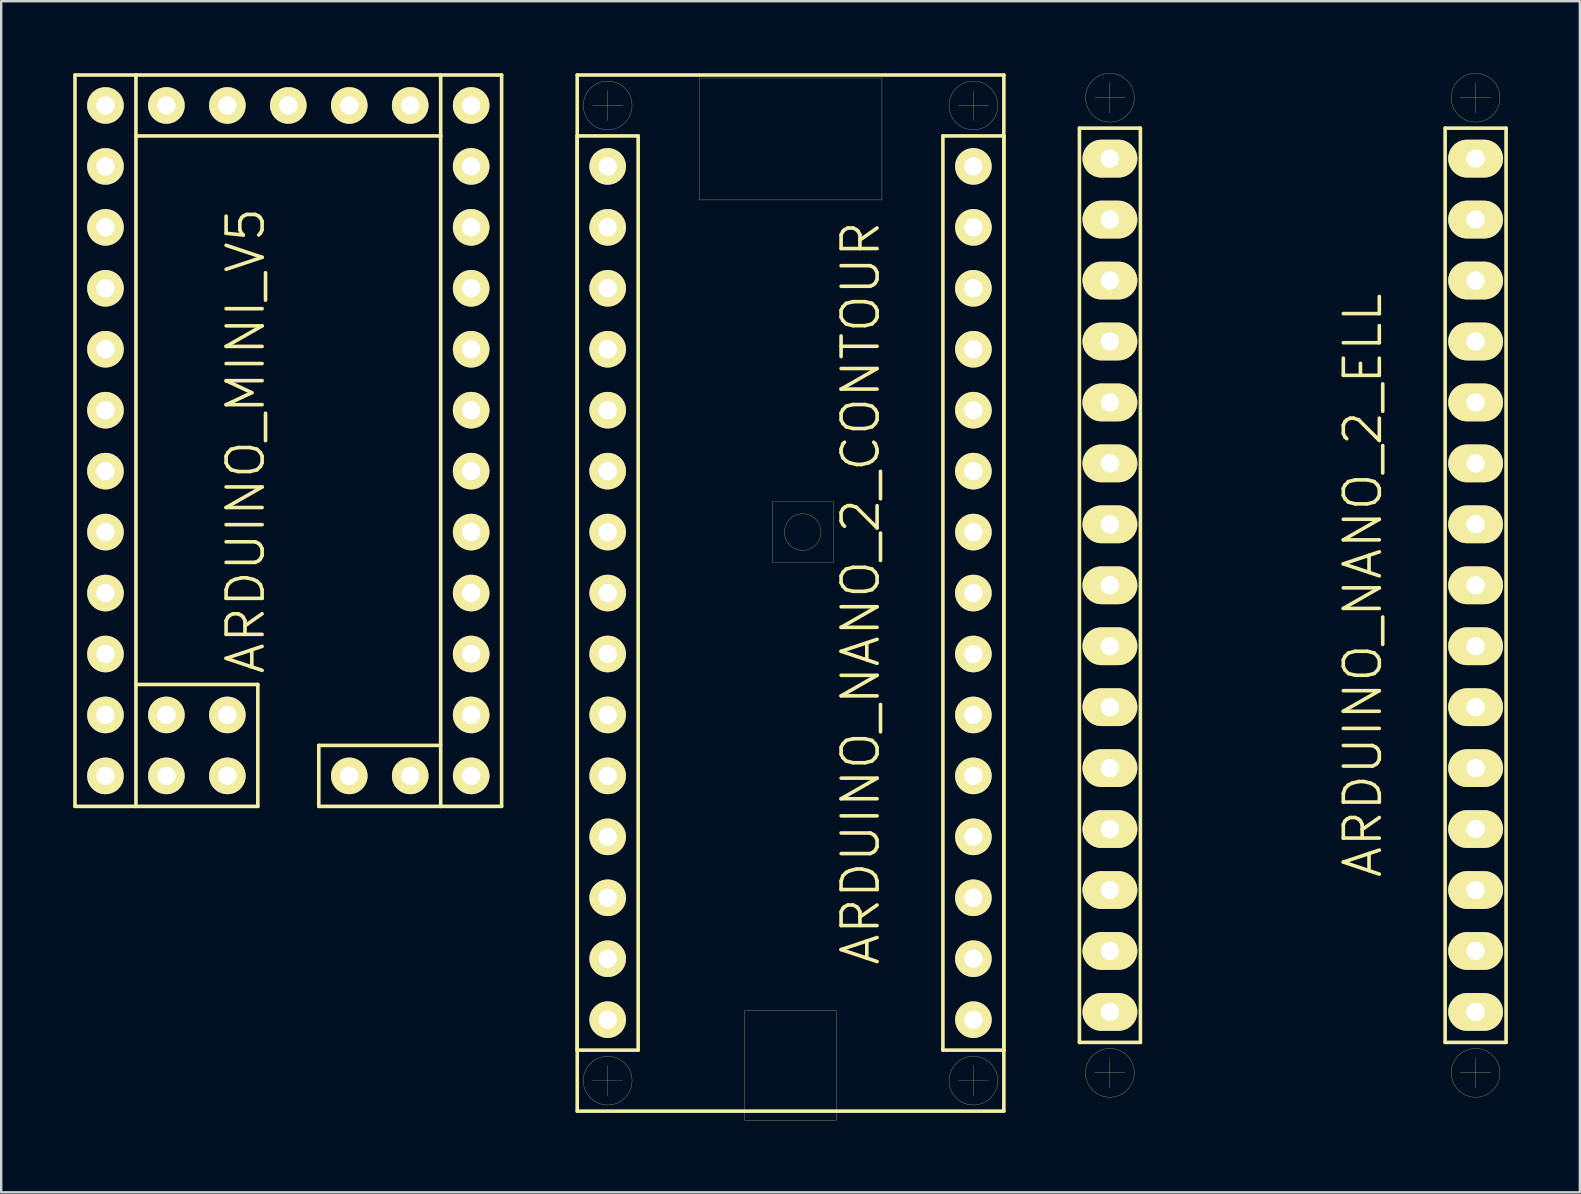
<source format=kicad_pcb>
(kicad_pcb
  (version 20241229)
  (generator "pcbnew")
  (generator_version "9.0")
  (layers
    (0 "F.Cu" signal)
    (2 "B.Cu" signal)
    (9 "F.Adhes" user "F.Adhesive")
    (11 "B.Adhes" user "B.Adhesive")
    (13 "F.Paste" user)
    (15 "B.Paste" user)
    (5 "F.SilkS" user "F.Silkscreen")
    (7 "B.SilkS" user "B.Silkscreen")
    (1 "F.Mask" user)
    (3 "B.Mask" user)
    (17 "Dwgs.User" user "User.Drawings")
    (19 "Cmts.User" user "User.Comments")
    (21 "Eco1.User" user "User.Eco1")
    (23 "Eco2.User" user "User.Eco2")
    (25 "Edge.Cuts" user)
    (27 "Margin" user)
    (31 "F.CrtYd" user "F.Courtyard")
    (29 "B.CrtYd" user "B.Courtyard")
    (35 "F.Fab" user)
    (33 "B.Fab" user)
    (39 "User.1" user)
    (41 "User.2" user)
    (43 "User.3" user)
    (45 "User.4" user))
  (footprint "ARDUINO_NANO_2_CONTOUR"
    (layer "F.Cu")
    (at 29.895 21.665)
    (property "Reference" "ARDUINO_NANO_2_CONTOUR" (at 2.921 0 90) (layer "F.SilkS") (effects (font (size 1.5 1.5) (thickness 0.15))))
    (attr through_hole)
    (fp_line (start -8.89 -21.59) (end -8.89 21.59) (stroke (width 0.15) (type solid)) (layer "F.SilkS"))
    (fp_line (start -8.89 -19.05) (end -8.89 19.05) (stroke (width 0.15) (type solid)) (layer "F.SilkS"))
    (fp_line (start -8.89 19.05) (end -6.35 19.05) (stroke (width 0.15) (type solid)) (layer "F.SilkS"))
    (fp_line (start -8.89 21.59) (end 8.89 21.59) (stroke (width 0.15) (type solid)) (layer "F.SilkS"))
    (fp_line (start -8.255 -20.32) (end -6.985 -20.32) (stroke (width 0.01) (type solid)) (layer "F.SilkS"))
    (fp_line (start -8.255 20.32) (end -6.985 20.32) (stroke (width 0.01) (type solid)) (layer "F.SilkS"))
    (fp_line (start -7.62 -20.955) (end -7.62 -19.685) (stroke (width 0.01) (type solid)) (layer "F.SilkS"))
    (fp_line (start -7.62 19.685) (end -7.62 20.955) (stroke (width 0.01) (type solid)) (layer "F.SilkS"))
    (fp_line (start -6.35 -19.05) (end -8.89 -19.05) (stroke (width 0.15) (type solid)) (layer "F.SilkS"))
    (fp_line (start -6.35 19.05) (end -6.35 -19.05) (stroke (width 0.15) (type solid)) (layer "F.SilkS"))
    (fp_line (start -3.81 -21.463) (end 3.81 -21.463) (stroke (width 0.01) (type solid)) (layer "F.SilkS"))
    (fp_line (start -3.81 -16.383) (end -3.81 -21.463) (stroke (width 0.01) (type solid)) (layer "F.SilkS"))
    (fp_line (start -1.905 17.399) (end 1.905 17.399) (stroke (width 0.01) (type solid)) (layer "F.SilkS"))
    (fp_line (start -1.905 21.971) (end -1.905 17.399) (stroke (width 0.01) (type solid)) (layer "F.SilkS"))
    (fp_line (start -0.762 -3.81) (end -0.762 -1.27) (stroke (width 0.01) (type solid)) (layer "F.SilkS"))
    (fp_line (start -0.762 -1.27) (end 1.778 -1.27) (stroke (width 0.01) (type solid)) (layer "F.SilkS"))
    (fp_line (start 1.778 -3.81) (end -0.762 -3.81) (stroke (width 0.01) (type solid)) (layer "F.SilkS"))
    (fp_line (start 1.778 -1.27) (end 1.778 -3.81) (stroke (width 0.01) (type solid)) (layer "F.SilkS"))
    (fp_line (start 1.905 17.399) (end 1.905 21.971) (stroke (width 0.01) (type solid)) (layer "F.SilkS"))
    (fp_line (start 1.905 21.971) (end -1.905 21.971) (stroke (width 0.01) (type solid)) (layer "F.SilkS"))
    (fp_line (start 3.81 -21.463) (end 3.81 -16.383) (stroke (width 0.01) (type solid)) (layer "F.SilkS"))
    (fp_line (start 3.81 -16.383) (end -3.81 -16.383) (stroke (width 0.01) (type solid)) (layer "F.SilkS"))
    (fp_line (start 6.35 -19.05) (end 8.89 -19.05) (stroke (width 0.15) (type solid)) (layer "F.SilkS"))
    (fp_line (start 6.35 19.05) (end 6.35 -19.05) (stroke (width 0.15) (type solid)) (layer "F.SilkS"))
    (fp_line (start 6.985 -20.32) (end 8.255 -20.32) (stroke (width 0.01) (type solid)) (layer "F.SilkS"))
    (fp_line (start 6.985 20.32) (end 8.255 20.32) (stroke (width 0.01) (type solid)) (layer "F.SilkS"))
    (fp_line (start 7.62 -20.955) (end 7.62 -19.685) (stroke (width 0.01) (type solid)) (layer "F.SilkS"))
    (fp_line (start 7.62 19.685) (end 7.62 20.955) (stroke (width 0.01) (type solid)) (layer "F.SilkS"))
    (fp_line (start 8.89 -21.59) (end -8.89 -21.59) (stroke (width 0.15) (type solid)) (layer "F.SilkS"))
    (fp_line (start 8.89 -19.05) (end 8.89 19.05) (stroke (width 0.15) (type solid)) (layer "F.SilkS"))
    (fp_line (start 8.89 19.05) (end 6.35 19.05) (stroke (width 0.15) (type solid)) (layer "F.SilkS"))
    (fp_line (start 8.89 21.59) (end 8.89 -21.59) (stroke (width 0.15) (type solid)) (layer "F.SilkS"))
    (fp_circle (center -7.62 -20.32) (end -6.604 -20.32) (stroke (width 0.01) (type solid)) (fill no) (layer "F.SilkS"))
    (fp_circle (center -7.62 20.32) (end -6.604 20.32) (stroke (width 0.01) (type solid)) (fill no) (layer "F.SilkS"))
    (fp_circle (center 0.508 -2.54) (end -0.254 -2.54) (stroke (width 0.01) (type solid)) (fill no) (layer "F.SilkS"))
    (fp_circle (center 7.62 -20.32) (end 8.636 -20.32) (stroke (width 0.01) (type solid)) (fill no) (layer "F.SilkS"))
    (fp_circle (center 7.62 20.32) (end 8.636 20.32) (stroke (width 0.01) (type solid)) (fill no) (layer "F.SilkS"))
    (pad "0" thru_hole circle (at -7.62 -15.24) (size 1.524 1.524) (drill 0.762) (layers "*.Cu" "*.Mask" "F.SilkS"))
    (pad "1" thru_hole circle (at -7.62 -17.78) (size 1.524 1.524) (drill 0.762) (layers "*.Cu" "*.Mask" "F.SilkS"))
    (pad "2" thru_hole circle (at -7.62 -7.62) (size 1.524 1.524) (drill 0.762) (layers "*.Cu" "*.Mask" "F.SilkS"))
    (pad "3" thru_hole circle (at -7.62 -5.08) (size 1.524 1.524) (drill 0.762) (layers "*.Cu" "*.Mask" "F.SilkS"))
    (pad "3V3" thru_hole circle (at 7.62 15.24) (size 1.524 1.524) (drill 0.762) (layers "*.Cu" "*.Mask" "F.SilkS"))
    (pad "4" thru_hole circle (at -7.62 -2.54) (size 1.524 1.524) (drill 0.762) (layers "*.Cu" "*.Mask" "F.SilkS"))
    (pad "5" thru_hole circle (at -7.62 0) (size 1.524 1.524) (drill 0.762) (layers "*.Cu" "*.Mask" "F.SilkS"))
    (pad "5V" thru_hole circle (at 7.62 -10.16) (size 1.524 1.524) (drill 0.762) (layers "*.Cu" "*.Mask" "F.SilkS"))
    (pad "6" thru_hole circle (at -7.62 2.54) (size 1.524 1.524) (drill 0.762) (layers "*.Cu" "*.Mask" "F.SilkS"))
    (pad "7" thru_hole circle (at -7.62 5.08) (size 1.524 1.524) (drill 0.762) (layers "*.Cu" "*.Mask" "F.SilkS"))
    (pad "8" thru_hole circle (at -7.62 7.62) (size 1.524 1.524) (drill 0.762) (layers "*.Cu" "*.Mask" "F.SilkS"))
    (pad "9" thru_hole circle (at -7.62 10.16) (size 1.524 1.524) (drill 0.762) (layers "*.Cu" "*.Mask" "F.SilkS"))
    (pad "10" thru_hole circle (at -7.62 12.7) (size 1.524 1.524) (drill 0.762) (layers "*.Cu" "*.Mask" "F.SilkS"))
    (pad "11" thru_hole circle (at -7.62 15.24) (size 1.524 1.524) (drill 0.762) (layers "*.Cu" "*.Mask" "F.SilkS"))
    (pad "12" thru_hole circle (at -7.62 17.78) (size 1.524 1.524) (drill 0.762) (layers "*.Cu" "*.Mask" "F.SilkS"))
    (pad "13" thru_hole circle (at 7.62 17.78) (size 1.524 1.524) (drill 0.762) (layers "*.Cu" "*.Mask" "F.SilkS"))
    (pad "A0" thru_hole circle (at 7.62 10.16) (size 1.524 1.524) (drill 0.762) (layers "*.Cu" "*.Mask" "F.SilkS"))
    (pad "A1" thru_hole circle (at 7.62 7.62) (size 1.524 1.524) (drill 0.762) (layers "*.Cu" "*.Mask" "F.SilkS"))
    (pad "A2" thru_hole circle (at 7.62 5.08) (size 1.524 1.524) (drill 0.762) (layers "*.Cu" "*.Mask" "F.SilkS"))
    (pad "A3" thru_hole circle (at 7.62 2.54) (size 1.524 1.524) (drill 0.762) (layers "*.Cu" "*.Mask" "F.SilkS"))
    (pad "A4" thru_hole circle (at 7.62 0) (size 1.524 1.524) (drill 0.762) (layers "*.Cu" "*.Mask" "F.SilkS"))
    (pad "A5" thru_hole circle (at 7.62 -2.54) (size 1.524 1.524) (drill 0.762) (layers "*.Cu" "*.Mask" "F.SilkS"))
    (pad "A6" thru_hole circle (at 7.62 -5.08) (size 1.524 1.524) (drill 0.762) (layers "*.Cu" "*.Mask" "F.SilkS"))
    (pad "A7" thru_hole circle (at 7.62 -7.62) (size 1.524 1.524) (drill 0.762) (layers "*.Cu" "*.Mask" "F.SilkS"))
    (pad "AREF" thru_hole circle (at 7.62 12.7) (size 1.524 1.524) (drill 0.762) (layers "*.Cu" "*.Mask" "F.SilkS"))
    (pad "GND1" thru_hole circle (at -7.62 -10.16) (size 1.524 1.524) (drill 0.762) (layers "*.Cu" "*.Mask" "F.SilkS"))
    (pad "GND2" thru_hole circle (at 7.62 -15.24) (size 1.524 1.524) (drill 0.762) (layers "*.Cu" "*.Mask" "F.SilkS"))
    (pad "RST1" thru_hole circle (at -7.62 -12.7) (size 1.524 1.524) (drill 0.762) (layers "*.Cu" "*.Mask" "F.SilkS"))
    (pad "RST2" thru_hole circle (at 7.62 -12.7) (size 1.524 1.524) (drill 0.762) (layers "*.Cu" "*.Mask" "F.SilkS"))
    (pad "VIN" thru_hole circle (at 7.62 -17.78) (size 1.524 1.524) (drill 0.762) (layers "*.Cu" "*.Mask" "F.SilkS")))
  (footprint "ARDUINO_MINI_V5"
    (layer "F.Cu")
    (at 8.965 15.315)
    (property "Reference" "ARDUINO_MINI_V5" (at -1.778 0 90) (layer "F.SilkS") (effects (font (size 1.5 1.5) (thickness 0.15))))
    (attr through_hole)
    (fp_line (start -8.89 -15.24) (end -6.35 -15.24) (stroke (width 0.15) (type solid)) (layer "F.SilkS"))
    (fp_line (start -8.89 15.24) (end -8.89 -15.24) (stroke (width 0.15) (type solid)) (layer "F.SilkS"))
    (fp_line (start -6.35 -15.24) (end -6.35 -12.7) (stroke (width 0.15) (type solid)) (layer "F.SilkS"))
    (fp_line (start -6.35 -15.24) (end 6.35 -15.24) (stroke (width 0.15) (type solid)) (layer "F.SilkS"))
    (fp_line (start -6.35 -12.7) (end -6.35 15.24) (stroke (width 0.15) (type solid)) (layer "F.SilkS"))
    (fp_line (start -6.35 10.16) (end -1.27 10.16) (stroke (width 0.15) (type solid)) (layer "F.SilkS"))
    (fp_line (start -6.35 15.24) (end -8.89 15.24) (stroke (width 0.15) (type solid)) (layer "F.SilkS"))
    (fp_line (start -1.27 10.16) (end -1.27 15.24) (stroke (width 0.15) (type solid)) (layer "F.SilkS"))
    (fp_line (start -1.27 15.24) (end -6.35 15.24) (stroke (width 0.15) (type solid)) (layer "F.SilkS"))
    (fp_line (start 1.27 12.7) (end 1.27 15.24) (stroke (width 0.15) (type solid)) (layer "F.SilkS"))
    (fp_line (start 1.27 15.24) (end 6.35 15.24) (stroke (width 0.15) (type solid)) (layer "F.SilkS"))
    (fp_line (start 6.35 -15.24) (end 6.35 -12.7) (stroke (width 0.15) (type solid)) (layer "F.SilkS"))
    (fp_line (start 6.35 -15.24) (end 8.89 -15.24) (stroke (width 0.15) (type solid)) (layer "F.SilkS"))
    (fp_line (start 6.35 -12.7) (end -6.35 -12.7) (stroke (width 0.15) (type solid)) (layer "F.SilkS"))
    (fp_line (start 6.35 12.7) (end 1.27 12.7) (stroke (width 0.15) (type solid)) (layer "F.SilkS"))
    (fp_line (start 6.35 15.24) (end 6.35 -12.7) (stroke (width 0.15) (type solid)) (layer "F.SilkS"))
    (fp_line (start 8.89 -15.24) (end 8.89 15.24) (stroke (width 0.15) (type solid)) (layer "F.SilkS"))
    (fp_line (start 8.89 15.24) (end 6.35 15.24) (stroke (width 0.15) (type solid)) (layer "F.SilkS"))
    (pad "2" thru_hole circle (at -7.62 -3.81) (size 1.524 1.524) (drill 0.762) (layers "*.Cu" "*.Mask" "F.SilkS"))
    (pad "3" thru_hole circle (at -7.62 -1.27) (size 1.524 1.524) (drill 0.762) (layers "*.Cu" "*.Mask" "F.SilkS"))
    (pad "4" thru_hole circle (at -7.62 1.27) (size 1.524 1.524) (drill 0.762) (layers "*.Cu" "*.Mask" "F.SilkS"))
    (pad "5" thru_hole circle (at -7.62 3.81) (size 1.524 1.524) (drill 0.762) (layers "*.Cu" "*.Mask" "F.SilkS"))
    (pad "5V/1" thru_hole circle (at 2.54 -13.97) (size 1.524 1.524) (drill 0.762) (layers "*.Cu" "*.Mask" "F.SilkS"))
    (pad "5V/2" thru_hole circle (at 2.54 13.97) (size 1.524 1.524) (drill 0.762) (layers "*.Cu" "*.Mask" "F.SilkS"))
    (pad "5V/3" thru_hole circle (at 7.62 -6.35) (size 1.524 1.524) (drill 0.762) (layers "*.Cu" "*.Mask" "F.SilkS"))
    (pad "6" thru_hole circle (at -7.62 6.35) (size 1.524 1.524) (drill 0.762) (layers "*.Cu" "*.Mask" "F.SilkS"))
    (pad "7" thru_hole circle (at -7.62 8.89) (size 1.524 1.524) (drill 0.762) (layers "*.Cu" "*.Mask" "F.SilkS"))
    (pad "8" thru_hole circle (at -7.62 11.43) (size 1.524 1.524) (drill 0.762) (layers "*.Cu" "*.Mask" "F.SilkS"))
    (pad "9" thru_hole circle (at -7.62 13.97) (size 1.524 1.524) (drill 0.762) (layers "*.Cu" "*.Mask" "F.SilkS"))
    (pad "9V" thru_hole circle (at 7.62 -13.97) (size 1.524 1.524) (drill 0.762) (layers "*.Cu" "*.Mask" "F.SilkS"))
    (pad "10" thru_hole circle (at 7.62 13.97) (size 1.524 1.524) (drill 0.762) (layers "*.Cu" "*.Mask" "F.SilkS"))
    (pad "11" thru_hole circle (at 7.62 11.43) (size 1.524 1.524) (drill 0.762) (layers "*.Cu" "*.Mask" "F.SilkS"))
    (pad "12" thru_hole circle (at 7.62 8.89) (size 1.524 1.524) (drill 0.762) (layers "*.Cu" "*.Mask" "F.SilkS"))
    (pad "13" thru_hole circle (at 7.62 6.35) (size 1.524 1.524) (drill 0.762) (layers "*.Cu" "*.Mask" "F.SilkS"))
    (pad "A0" thru_hole circle (at 7.62 3.81) (size 1.524 1.524) (drill 0.762) (layers "*.Cu" "*.Mask" "F.SilkS"))
    (pad "A1" thru_hole circle (at 7.62 1.27) (size 1.524 1.524) (drill 0.762) (layers "*.Cu" "*.Mask" "F.SilkS"))
    (pad "A2" thru_hole circle (at 7.62 -1.27) (size 1.524 1.524) (drill 0.762) (layers "*.Cu" "*.Mask" "F.SilkS"))
    (pad "A3" thru_hole circle (at 7.62 -3.81) (size 1.524 1.524) (drill 0.762) (layers "*.Cu" "*.Mask" "F.SilkS"))
    (pad "A4" thru_hole circle (at -5.08 13.97) (size 1.524 1.524) (drill 0.762) (layers "*.Cu" "*.Mask" "F.SilkS"))
    (pad "A5" thru_hole circle (at -2.54 13.97) (size 1.524 1.524) (drill 0.762) (layers "*.Cu" "*.Mask" "F.SilkS"))
    (pad "A6" thru_hole circle (at -5.08 11.43) (size 1.524 1.524) (drill 0.762) (layers "*.Cu" "*.Mask" "F.SilkS"))
    (pad "A7" thru_hole circle (at -2.54 11.43) (size 1.524 1.524) (drill 0.762) (layers "*.Cu" "*.Mask" "F.SilkS"))
    (pad "GND1" thru_hole circle (at 5.08 -13.97) (size 1.524 1.524) (drill 0.762) (layers "*.Cu" "*.Mask" "F.SilkS"))
    (pad "GND2" thru_hole circle (at -7.62 -6.35) (size 1.524 1.524) (drill 0.762) (layers "*.Cu" "*.Mask" "F.SilkS"))
    (pad "GND3" thru_hole circle (at 5.08 13.97) (size 1.524 1.524) (drill 0.762) (layers "*.Cu" "*.Mask" "F.SilkS"))
    (pad "GND4" thru_hole circle (at 7.62 -11.43) (size 1.524 1.524) (drill 0.762) (layers "*.Cu" "*.Mask" "F.SilkS"))
    (pad "IO7" thru_hole circle (at -5.08 -13.97) (size 1.524 1.524) (drill 0.762) (layers "*.Cu" "*.Mask" "F.SilkS"))
    (pad "RST1" thru_hole circle (at -7.62 -8.89) (size 1.524 1.524) (drill 0.762) (layers "*.Cu" "*.Mask" "F.SilkS"))
    (pad "RST2" thru_hole circle (at 7.62 -8.89) (size 1.524 1.524) (drill 0.762) (layers "*.Cu" "*.Mask" "F.SilkS"))
    (pad "RX/1" thru_hole circle (at 0 -13.97) (size 1.524 1.524) (drill 0.762) (layers "*.Cu" "*.Mask" "F.SilkS"))
    (pad "RX/2" thru_hole circle (at -7.62 -11.43) (size 1.524 1.524) (drill 0.762) (layers "*.Cu" "*.Mask" "F.SilkS"))
    (pad "TX/1" thru_hole circle (at -2.54 -13.97) (size 1.524 1.524) (drill 0.762) (layers "*.Cu" "*.Mask" "F.SilkS"))
    (pad "TX/2" thru_hole circle (at -7.62 -13.97) (size 1.524 1.524) (drill 0.762) (layers "*.Cu" "*.Mask" "F.SilkS")))
  (footprint "ARDUINO_NANO_2_ELL"
    (layer "F.Cu")
    (at 50.825 21.341)
    (property "Reference" "ARDUINO_NANO_2_ELL" (at 2.921 0 90) (layer "F.SilkS") (effects (font (size 1.5 1.5) (thickness 0.15))))
    (attr through_hole)
    (fp_line (start -8.89 -19.05) (end -8.89 19.05) (stroke (width 0.15) (type solid)) (layer "F.SilkS"))
    (fp_line (start -8.89 19.05) (end -6.35 19.05) (stroke (width 0.15) (type solid)) (layer "F.SilkS"))
    (fp_line (start -8.255 -20.32) (end -6.985 -20.32) (stroke (width 0.01) (type solid)) (layer "F.SilkS"))
    (fp_line (start -8.255 20.32) (end -6.985 20.32) (stroke (width 0.01) (type solid)) (layer "F.SilkS"))
    (fp_line (start -7.62 -20.955) (end -7.62 -19.685) (stroke (width 0.01) (type solid)) (layer "F.SilkS"))
    (fp_line (start -7.62 19.685) (end -7.62 20.955) (stroke (width 0.01) (type solid)) (layer "F.SilkS"))
    (fp_line (start -6.35 -19.05) (end -8.89 -19.05) (stroke (width 0.15) (type solid)) (layer "F.SilkS"))
    (fp_line (start -6.35 19.05) (end -6.35 -19.05) (stroke (width 0.15) (type solid)) (layer "F.SilkS"))
    (fp_line (start 6.35 -19.05) (end 8.89 -19.05) (stroke (width 0.15) (type solid)) (layer "F.SilkS"))
    (fp_line (start 6.35 19.05) (end 6.35 -19.05) (stroke (width 0.15) (type solid)) (layer "F.SilkS"))
    (fp_line (start 6.985 -20.32) (end 8.255 -20.32) (stroke (width 0.01) (type solid)) (layer "F.SilkS"))
    (fp_line (start 6.985 20.32) (end 8.255 20.32) (stroke (width 0.01) (type solid)) (layer "F.SilkS"))
    (fp_line (start 7.62 -20.955) (end 7.62 -19.685) (stroke (width 0.01) (type solid)) (layer "F.SilkS"))
    (fp_line (start 7.62 19.685) (end 7.62 20.955) (stroke (width 0.01) (type solid)) (layer "F.SilkS"))
    (fp_line (start 8.89 -19.05) (end 8.89 19.05) (stroke (width 0.15) (type solid)) (layer "F.SilkS"))
    (fp_line (start 8.89 19.05) (end 6.35 19.05) (stroke (width 0.15) (type solid)) (layer "F.SilkS"))
    (fp_circle (center -7.62 -20.32) (end -6.604 -20.32) (stroke (width 0.01) (type solid)) (fill no) (layer "F.SilkS"))
    (fp_circle (center -7.62 20.32) (end -6.604 20.32) (stroke (width 0.01) (type solid)) (fill no) (layer "F.SilkS"))
    (fp_circle (center 7.62 -20.32) (end 8.636 -20.32) (stroke (width 0.01) (type solid)) (fill no) (layer "F.SilkS"))
    (fp_circle (center 7.62 20.32) (end 8.636 20.32) (stroke (width 0.01) (type solid)) (fill no) (layer "F.SilkS"))
    (pad "0" thru_hole oval (at -7.62 -15.24) (size 2.286 1.575) (drill 0.762) (layers "*.Cu" "*.Mask" "F.SilkS"))
    (pad "1" thru_hole oval (at -7.62 -17.78) (size 2.286 1.575) (drill 0.762) (layers "*.Cu" "*.Mask" "F.SilkS"))
    (pad "2" thru_hole oval (at -7.62 -7.62) (size 2.286 1.575) (drill 0.762) (layers "*.Cu" "*.Mask" "F.SilkS"))
    (pad "3" thru_hole oval (at -7.62 -5.08) (size 2.286 1.575) (drill 0.762) (layers "*.Cu" "*.Mask" "F.SilkS"))
    (pad "3V3" thru_hole oval (at 7.62 15.24) (size 2.286 1.575) (drill 0.762) (layers "*.Cu" "*.Mask" "F.SilkS"))
    (pad "4" thru_hole oval (at -7.62 -2.54) (size 2.286 1.575) (drill 0.762) (layers "*.Cu" "*.Mask" "F.SilkS"))
    (pad "5" thru_hole oval (at -7.62 0) (size 2.286 1.575) (drill 0.762) (layers "*.Cu" "*.Mask" "F.SilkS"))
    (pad "5V" thru_hole oval (at 7.62 -10.16) (size 2.286 1.575) (drill 0.762) (layers "*.Cu" "*.Mask" "F.SilkS"))
    (pad "6" thru_hole oval (at -7.62 2.54) (size 2.286 1.575) (drill 0.762) (layers "*.Cu" "*.Mask" "F.SilkS"))
    (pad "7" thru_hole oval (at -7.62 5.08) (size 2.286 1.575) (drill 0.762) (layers "*.Cu" "*.Mask" "F.SilkS"))
    (pad "8" thru_hole oval (at -7.62 7.62) (size 2.286 1.575) (drill 0.762) (layers "*.Cu" "*.Mask" "F.SilkS"))
    (pad "9" thru_hole oval (at -7.62 10.16) (size 2.286 1.575) (drill 0.762) (layers "*.Cu" "*.Mask" "F.SilkS"))
    (pad "10" thru_hole oval (at -7.62 12.7) (size 2.286 1.575) (drill 0.762) (layers "*.Cu" "*.Mask" "F.SilkS"))
    (pad "11" thru_hole oval (at -7.62 15.24) (size 2.286 1.575) (drill 0.762) (layers "*.Cu" "*.Mask" "F.SilkS"))
    (pad "12" thru_hole oval (at -7.62 17.78) (size 2.286 1.575) (drill 0.762) (layers "*.Cu" "*.Mask" "F.SilkS"))
    (pad "13" thru_hole oval (at 7.62 17.78) (size 2.286 1.575) (drill 0.762) (layers "*.Cu" "*.Mask" "F.SilkS"))
    (pad "A0" thru_hole oval (at 7.62 10.16) (size 2.286 1.575) (drill 0.762) (layers "*.Cu" "*.Mask" "F.SilkS"))
    (pad "A1" thru_hole oval (at 7.62 7.62) (size 2.286 1.575) (drill 0.762) (layers "*.Cu" "*.Mask" "F.SilkS"))
    (pad "A2" thru_hole oval (at 7.62 5.08) (size 2.286 1.575) (drill 0.762) (layers "*.Cu" "*.Mask" "F.SilkS"))
    (pad "A3" thru_hole oval (at 7.62 2.54) (size 2.286 1.575) (drill 0.762) (layers "*.Cu" "*.Mask" "F.SilkS"))
    (pad "A4" thru_hole oval (at 7.62 0) (size 2.286 1.575) (drill 0.762) (layers "*.Cu" "*.Mask" "F.SilkS"))
    (pad "A5" thru_hole oval (at 7.62 -2.54) (size 2.286 1.575) (drill 0.762) (layers "*.Cu" "*.Mask" "F.SilkS"))
    (pad "A6" thru_hole oval (at 7.62 -5.08) (size 2.286 1.575) (drill 0.762) (layers "*.Cu" "*.Mask" "F.SilkS"))
    (pad "A7" thru_hole oval (at 7.62 -7.62) (size 2.286 1.575) (drill 0.762) (layers "*.Cu" "*.Mask" "F.SilkS"))
    (pad "AREF" thru_hole oval (at 7.62 12.7) (size 2.286 1.575) (drill 0.762) (layers "*.Cu" "*.Mask" "F.SilkS"))
    (pad "GND1" thru_hole oval (at -7.62 -10.16) (size 2.286 1.575) (drill 0.762) (layers "*.Cu" "*.Mask" "F.SilkS"))
    (pad "GND2" thru_hole oval (at 7.62 -15.24) (size 2.286 1.575) (drill 0.762) (layers "*.Cu" "*.Mask" "F.SilkS"))
    (pad "RST1" thru_hole oval (at -7.62 -12.7) (size 2.286 1.575) (drill 0.762) (layers "*.Cu" "*.Mask" "F.SilkS"))
    (pad "RST2" thru_hole oval (at 7.62 -12.7) (size 2.286 1.575) (drill 0.762) (layers "*.Cu" "*.Mask" "F.SilkS"))
    (pad "VIN" thru_hole oval (at 7.62 -17.78) (size 2.286 1.575) (drill 0.762) (layers "*.Cu" "*.Mask" "F.SilkS")))
  (gr_rect
    (start -3 -3)
    (end 62.79 46.641)
    (stroke (width 0.1) (type default))
    (fill no)
    (layer "Edge.Cuts")))
</source>
